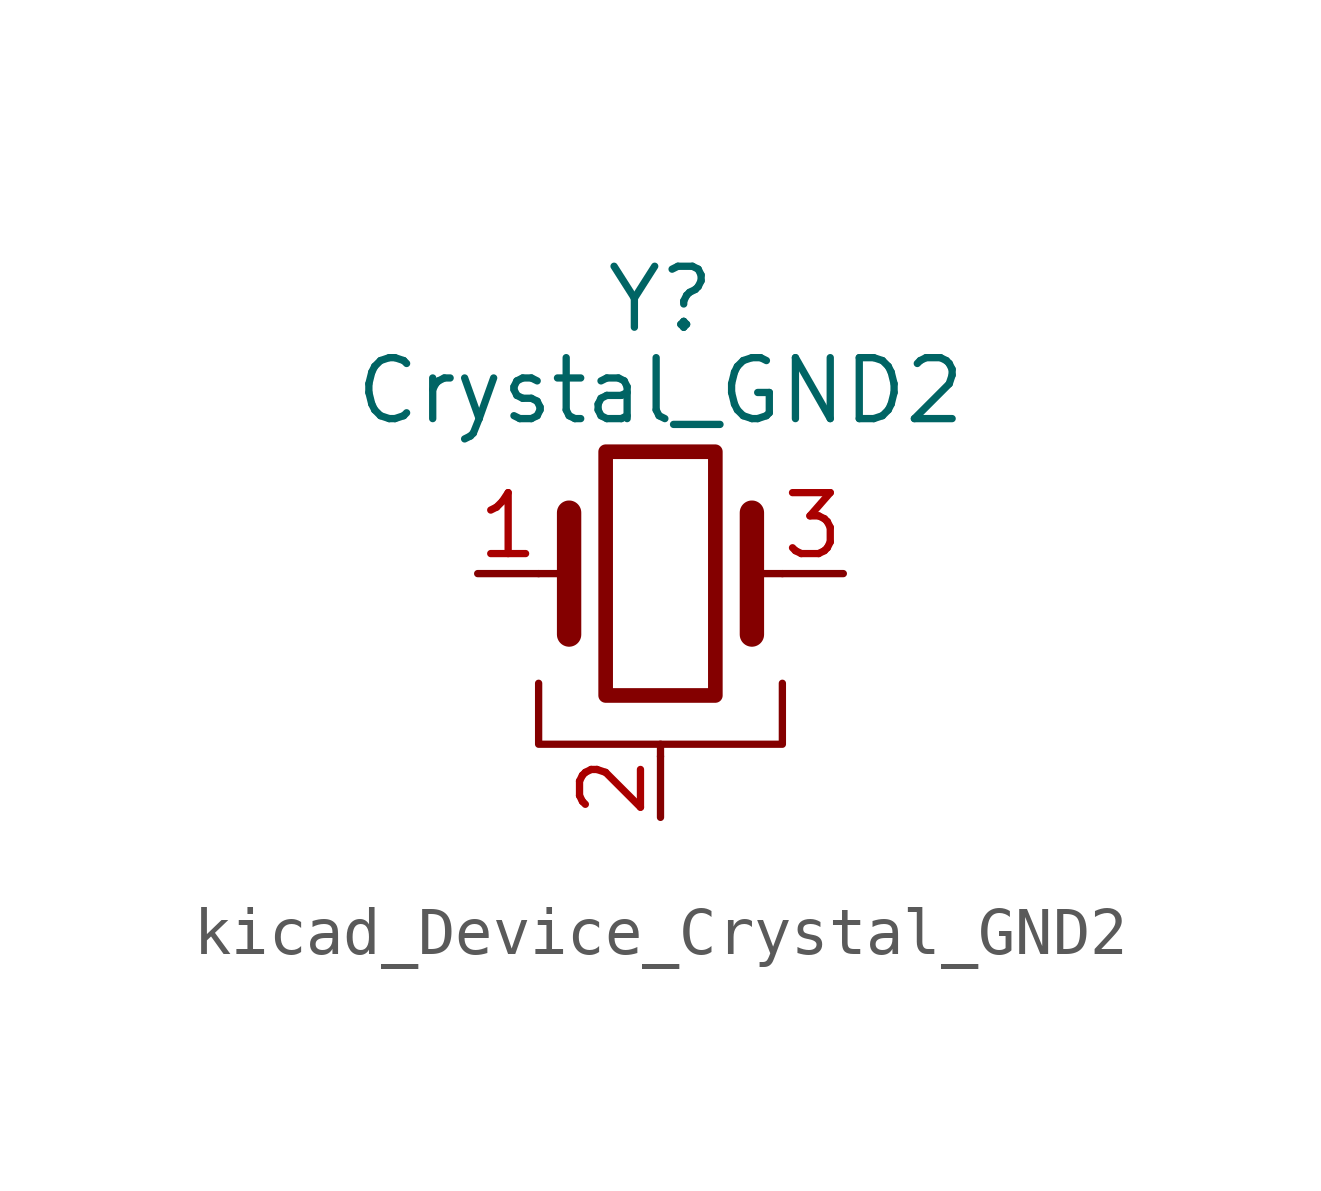
<source format=kicad_sym>
(kicad_symbol_lib
  (version 20220914)
  (generator kicad_symbol_editor)
  (symbol "kicad_Device_Crystal_GND2"
    (pin_names
      (offset 1.016) hide)
    (property "Reference" "Y"
      (at 0 5.715 0)
      (effects (font (size 1.27 1.27))))
    (property "Value" "Crystal_GND2"
      (at 0 3.81 0)
      (effects (font (size 1.27 1.27))))
    (symbol "kicad_Device_Crystal_GND2_0_1"
      (rectangle (start -1.143 2.54) (end 1.143 -2.54) (stroke (width 0.305) (type default)) (fill (type none)))
      (polyline (pts (xy -2.54 0) (xy -1.905 0)) (stroke (width 0) (type default)) (fill (type none)))
      (polyline (pts (xy -1.905 -1.27) (xy -1.905 1.27)) (stroke (width 0.508) (type default)) (fill (type none)))
      (polyline (pts (xy 0 -3.81) (xy 0 -3.556)) (stroke (width 0) (type default)) (fill (type none)))
      (polyline (pts (xy 1.905 0) (xy 2.54 0)) (stroke (width 0) (type default)) (fill (type none)))
      (polyline (pts (xy 1.905 1.27) (xy 1.905 -1.27)) (stroke (width 0.508) (type default)) (fill (type none)))
      (polyline (pts (xy -2.54 -2.286) (xy -2.54 -3.556) (xy 2.54 -3.556) (xy 2.54 -2.286)) (stroke (width 0) (type default)) (fill (type none))))
    (symbol "kicad_Device_Crystal_GND2_1_1"
      (pin passive line (at -3.81 0 0) (length 1.27) (name "1" (effects (font (size 1.27 1.27)))) (number "1" (effects (font (size 1.27 1.27)))))
      (pin passive line (at 0 -5.08 90) (length 1.27) (name "2" (effects (font (size 1.27 1.27)))) (number "2" (effects (font (size 1.27 1.27)))))
      (pin passive line (at 3.81 0 180) (length 1.27) (name "3" (effects (font (size 1.27 1.27)))) (number "3" (effects (font (size 1.27 1.27))))))))
</source>
